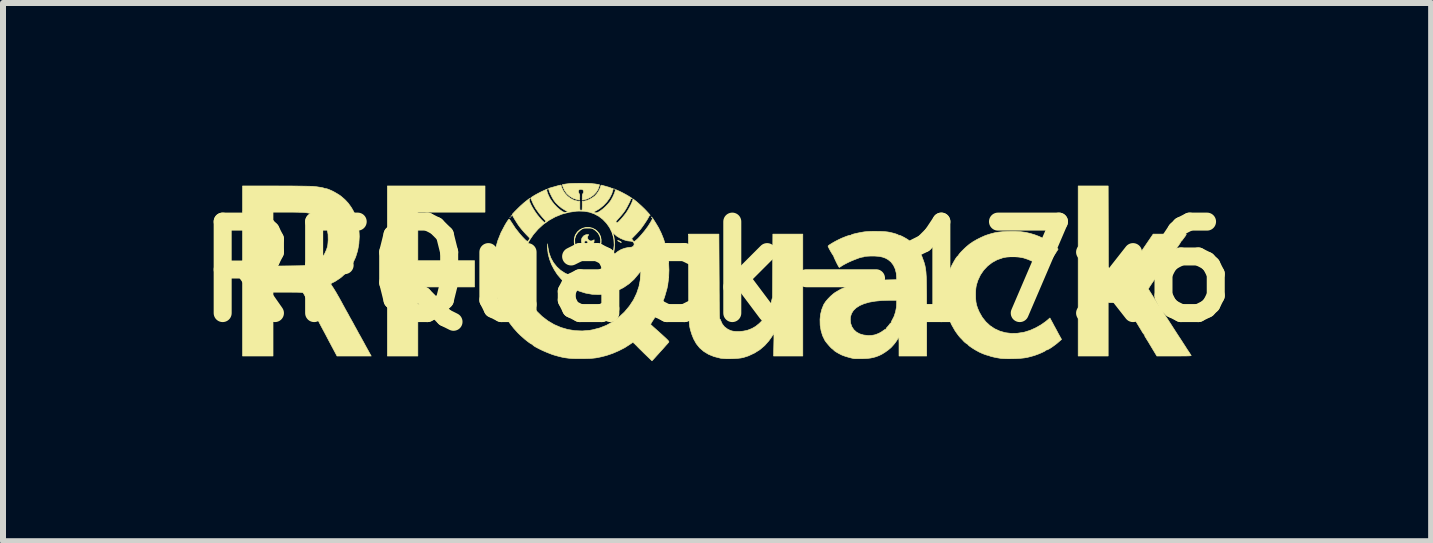
<source format=kicad_pcb>
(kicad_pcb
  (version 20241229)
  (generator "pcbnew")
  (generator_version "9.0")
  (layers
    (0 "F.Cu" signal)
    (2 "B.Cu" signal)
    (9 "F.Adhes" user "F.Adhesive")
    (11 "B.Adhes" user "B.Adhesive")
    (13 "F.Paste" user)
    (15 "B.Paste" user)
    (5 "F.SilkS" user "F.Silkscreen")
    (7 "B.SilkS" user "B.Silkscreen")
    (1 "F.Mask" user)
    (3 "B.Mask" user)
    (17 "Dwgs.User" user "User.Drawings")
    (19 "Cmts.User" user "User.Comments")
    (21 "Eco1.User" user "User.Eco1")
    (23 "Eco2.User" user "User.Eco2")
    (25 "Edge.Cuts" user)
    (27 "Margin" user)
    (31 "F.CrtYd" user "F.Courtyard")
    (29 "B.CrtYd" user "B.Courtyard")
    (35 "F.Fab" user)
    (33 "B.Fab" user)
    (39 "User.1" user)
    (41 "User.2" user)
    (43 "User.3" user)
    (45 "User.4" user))
  (footprint "RFQuack-17x6"
    (layer "F.Cu")
    (at 8.897 1.477)
    (property "Reference" "RFQuack-17x6" (at 0 0 0) (layer "F.SilkS") (effects (font (size 1.524 1.524) (thickness 0.3))))
    (attr through_hole)
    (fp_poly (pts (xy -3.445 -0.901) (xy -3.449 -0.897) (xy -3.453 -0.901) (xy -3.449 -0.905) (xy -3.445 -0.901)) (stroke (width 0.01) (type solid)) (fill yes) (layer "F.SilkS"))
    (fp_poly (pts (xy -2.818 -1.377) (xy -2.822 -1.373) (xy -2.826 -1.377) (xy -2.822 -1.381) (xy -2.818 -1.377)) (stroke (width 0.01) (type solid)) (fill yes) (layer "F.SilkS"))
    (fp_poly (pts (xy -1.349 1.218) (xy -1.353 1.222) (xy -1.357 1.218) (xy -1.353 1.214) (xy -1.349 1.218)) (stroke (width 0.01) (type solid)) (fill yes) (layer "F.SilkS"))
    (fp_poly (pts (xy 4.088 1.131) (xy 4.084 1.135) (xy 4.08 1.131) (xy 4.084 1.127) (xy 4.088 1.131)) (stroke (width 0.01) (type solid)) (fill yes) (layer "F.SilkS"))
    (fp_poly (pts (xy -1.709 -1.378) (xy -1.71 -1.374) (xy -1.714 -1.373) (xy -1.721 -1.376) (xy -1.72 -1.378) (xy -1.71 -1.379) (xy -1.709 -1.378)) (stroke (width 0.01) (type solid)) (fill yes) (layer "F.SilkS"))
    (fp_poly (pts (xy -1.089 -0.91) (xy -1.08 -0.902) (xy -1.079 -0.9) (xy -1.083 -0.897) (xy -1.091 -0.904) (xy -1.092 -0.906) (xy -1.093 -0.912) (xy -1.089 -0.91)) (stroke (width 0.01) (type solid)) (fill yes) (layer "F.SilkS"))
    (fp_poly (pts (xy -3.424 -0.931) (xy -3.425 -0.929) (xy -3.433 -0.921) (xy -3.434 -0.921) (xy -3.434 -0.926) (xy -3.433 -0.929) (xy -3.425 -0.936) (xy -3.424 -0.937) (xy -3.424 -0.931)) (stroke (width 0.01) (type solid)) (fill yes) (layer "F.SilkS"))
    (fp_poly (pts (xy -3.866 -0.992) (xy -4.985 -0.992) (xy -4.985 -0.183) (xy -4.04 -0.183) (xy -4.04 0.254) (xy -4.985 0.254) (xy -4.985 1.405) (xy -5.493 1.405) (xy -5.493 -1.429) (xy -3.866 -1.429) (xy -3.866 -0.992)) (stroke (width 0.01) (type solid)) (fill yes) (layer "F.SilkS"))
    (fp_poly (pts (xy -1.648 -0.52) (xy -1.631 -0.514) (xy -1.613 -0.505) (xy -1.599 -0.496) (xy -1.595 -0.491) (xy -1.596 -0.486) (xy -1.599 -0.486) (xy -1.609 -0.49) (xy -1.63 -0.501) (xy -1.648 -0.511) (xy -1.657 -0.519) (xy -1.657 -0.521) (xy -1.648 -0.52)) (stroke (width 0.01) (type solid)) (fill yes) (layer "F.SilkS"))
    (fp_poly (pts (xy -2.18 -1.471) (xy -2.121 -1.469) (xy -2.07 -1.466) (xy -2.031 -1.462) (xy -2.025 -1.461) (xy -1.959 -1.45) (xy -1.964 -1.426) (xy -1.982 -1.373) (xy -2.014 -1.323) (xy -2.056 -1.278) (xy -2.106 -1.241) (xy -2.162 -1.213) (xy -2.209 -1.2) (xy -2.246 -1.193) (xy -2.246 -1.242) (xy -2.245 -1.276) (xy -2.239 -1.296) (xy -2.234 -1.302) (xy -2.224 -1.32) (xy -2.225 -1.344) (xy -2.231 -1.358) (xy -2.244 -1.369) (xy -2.266 -1.373) (xy -2.287 -1.371) (xy -2.3 -1.364) (xy -2.309 -1.345) (xy -2.308 -1.322) (xy -2.298 -1.302) (xy -2.298 -1.301) (xy -2.29 -1.286) (xy -2.287 -1.262) (xy -2.288 -1.24) (xy -2.29 -1.193) (xy -2.334 -1.202) (xy -2.398 -1.223) (xy -2.455 -1.258) (xy -2.505 -1.303) (xy -2.543 -1.358) (xy -2.568 -1.416) (xy -2.578 -1.451) (xy -2.544 -1.457) (xy -2.064 -1.457) (xy -2.06 -1.453) (xy -2.056 -1.457) (xy -2.06 -1.46) (xy -2.064 -1.457) (xy -2.544 -1.457) (xy -2.514 -1.462) (xy -2.477 -1.466) (xy -2.429 -1.469) (xy -2.372 -1.471) (xy -2.309 -1.472) (xy -2.244 -1.472) (xy -2.18 -1.471)) (stroke (width 0.01) (type solid)) (fill yes) (layer "F.SilkS"))
    (fp_poly (pts (xy -2.142 -0.618) (xy -2.138 -0.615) (xy -2.145 -0.606) (xy -2.146 -0.605) (xy -2.158 -0.581) (xy -2.157 -0.555) (xy -2.144 -0.532) (xy -2.12 -0.516) (xy -2.101 -0.511) (xy -2.082 -0.515) (xy -2.073 -0.519) (xy -2.048 -0.532) (xy -2.048 -0.51) (xy -2.055 -0.475) (xy -2.074 -0.446) (xy -2.103 -0.424) (xy -2.136 -0.411) (xy -2.171 -0.41) (xy -2.194 -0.417) (xy -2.151 -0.417) (xy -2.147 -0.413) (xy -2.143 -0.417) (xy -2.147 -0.421) (xy -2.151 -0.417) (xy -2.194 -0.417) (xy -2.199 -0.418) (xy -2.218 -0.433) (xy -2.103 -0.433) (xy -2.099 -0.429) (xy -2.095 -0.433) (xy -2.099 -0.437) (xy -2.103 -0.433) (xy -2.218 -0.433) (xy -2.231 -0.443) (xy -2.252 -0.475) (xy -2.253 -0.477) (xy -2.212 -0.477) (xy -2.202 -0.463) (xy -2.189 -0.455) (xy -2.183 -0.452) (xy -2.173 -0.457) (xy -2.164 -0.463) (xy -2.153 -0.479) (xy -2.156 -0.497) (xy -2.169 -0.511) (xy -2.187 -0.515) (xy -2.202 -0.508) (xy -2.211 -0.494) (xy -2.212 -0.477) (xy -2.253 -0.477) (xy -2.261 -0.51) (xy -2.256 -0.547) (xy -2.244 -0.572) (xy -2.217 -0.601) (xy -2.184 -0.616) (xy -2.16 -0.619) (xy -2.142 -0.618)) (stroke (width 0.01) (type solid)) (fill yes) (layer "F.SilkS"))
    (fp_poly (pts (xy -2.076 -0.726) (xy -2.027 -0.7) (xy -1.998 -0.676) (xy -1.962 -0.633) (xy -1.94 -0.584) (xy -1.931 -0.534) (xy -1.932 -0.478) (xy -1.945 -0.428) (xy -1.972 -0.381) (xy -1.975 -0.376) (xy -2.014 -0.337) (xy -2.062 -0.309) (xy -2.115 -0.292) (xy -2.17 -0.288) (xy -2.224 -0.299) (xy -2.227 -0.3) (xy -2.282 -0.327) (xy -2.327 -0.366) (xy -2.36 -0.415) (xy -2.373 -0.448) (xy -2.38 -0.483) (xy -2.38 -0.527) (xy -2.379 -0.533) (xy -2.371 -0.533) (xy -2.369 -0.477) (xy -2.354 -0.426) (xy -2.327 -0.381) (xy -2.291 -0.345) (xy -2.248 -0.318) (xy -2.2 -0.302) (xy -2.148 -0.297) (xy -2.096 -0.306) (xy -2.054 -0.323) (xy -2.007 -0.357) (xy -1.971 -0.399) (xy -1.949 -0.446) (xy -1.939 -0.497) (xy -1.941 -0.548) (xy -1.956 -0.599) (xy -1.984 -0.646) (xy -2.025 -0.687) (xy -2.035 -0.694) (xy -2.057 -0.709) (xy -2.074 -0.719) (xy -2.091 -0.724) (xy -2.113 -0.726) (xy -2.144 -0.726) (xy -2.155 -0.726) (xy -2.19 -0.726) (xy -2.214 -0.725) (xy -2.232 -0.72) (xy -2.248 -0.712) (xy -2.268 -0.699) (xy -2.275 -0.694) (xy -2.32 -0.653) (xy -2.352 -0.605) (xy -2.369 -0.551) (xy -2.371 -0.533) (xy -2.379 -0.533) (xy -2.374 -0.57) (xy -2.363 -0.607) (xy -2.359 -0.615) (xy -2.327 -0.663) (xy -2.285 -0.7) (xy -2.236 -0.725) (xy -2.184 -0.738) (xy -2.13 -0.738) (xy -2.076 -0.726)) (stroke (width 0.01) (type solid)) (fill yes) (layer "F.SilkS"))
    (fp_poly (pts (xy 0.035 0.062) (xy 0.036 0.186) (xy 0.036 0.296) (xy 0.037 0.392) (xy 0.037 0.474) (xy 0.038 0.545) (xy 0.038 0.604) (xy 0.039 0.653) (xy 0.04 0.693) (xy 0.04 0.725) (xy 0.041 0.749) (xy 0.042 0.766) (xy 0.043 0.778) (xy 0.045 0.785) (xy 0.046 0.789) (xy 0.048 0.79) (xy 0.048 0.789) (xy 0.053 0.794) (xy 0.06 0.81) (xy 0.062 0.816) (xy 0.087 0.871) (xy 0.124 0.918) (xy 0.175 0.956) (xy 0.226 0.981) (xy 0.266 0.991) (xy 0.317 0.996) (xy 0.373 0.996) (xy 0.431 0.991) (xy 0.485 0.981) (xy 0.512 0.974) (xy 0.583 0.946) (xy 0.645 0.91) (xy 0.703 0.863) (xy 0.738 0.828) (xy 0.799 0.753) (xy 0.848 0.667) (xy 0.886 0.571) (xy 0.902 0.512) (xy 0.924 0.425) (xy 0.927 -0.101) (xy 0.93 -0.627) (xy 1.429 -0.627) (xy 1.429 1.405) (xy 0.942 1.405) (xy 0.946 1.218) (xy 0.947 1.166) (xy 0.948 1.119) (xy 0.948 1.08) (xy 0.947 1.051) (xy 0.946 1.035) (xy 0.945 1.032) (xy 0.939 1.038) (xy 0.929 1.054) (xy 0.925 1.062) (xy 0.913 1.081) (xy 0.894 1.109) (xy 0.872 1.139) (xy 0.864 1.151) (xy 0.794 1.23) (xy 0.713 1.299) (xy 0.622 1.356) (xy 0.521 1.403) (xy 0.437 1.43) (xy 0.395 1.438) (xy 0.342 1.444) (xy 0.282 1.448) (xy 0.218 1.45) (xy 0.156 1.45) (xy 0.1 1.446) (xy 0.054 1.441) (xy 0.052 1.44) (xy -0.05 1.414) (xy -0.141 1.377) (xy -0.22 1.329) (xy -0.289 1.27) (xy -0.346 1.199) (xy -0.391 1.118) (xy -0.421 1.042) (xy -0.429 1.016) (xy -0.436 0.993) (xy -0.443 0.972) (xy -0.448 0.95) (xy -0.453 0.928) (xy -0.457 0.904) (xy -0.46 0.877) (xy -0.463 0.846) (xy -0.466 0.809) (xy -0.468 0.767) (xy -0.469 0.722) (xy -0.468 0.722) (xy -0.465 0.729) (xy -0.463 0.728) (xy -0.462 0.718) (xy -0.463 0.717) (xy -0.468 0.718) (xy -0.468 0.722) (xy -0.469 0.722) (xy -0.469 0.716) (xy -0.47 0.658) (xy -0.471 0.589) (xy -0.472 0.51) (xy -0.473 0.42) (xy -0.473 0.316) (xy -0.474 0.198) (xy -0.474 0.105) (xy -0.477 -0.615) (xy -0.468 -0.615) (xy -0.464 -0.611) (xy -0.46 -0.615) (xy -0.464 -0.619) (xy -0.468 -0.615) (xy -0.477 -0.615) (xy -0.477 -0.627) (xy 0.031 -0.627) (xy 0.035 0.062)) (stroke (width 0.01) (type solid)) (fill yes) (layer "F.SilkS"))
    (fp_poly (pts (xy 6.519 -0.669) (xy 6.521 0.091) (xy 6.643 0.093) (xy 6.697 0.094) (xy 6.737 0.093) (xy 6.762 0.091) (xy 6.775 0.087) (xy 6.776 0.086) (xy 6.782 0.078) (xy 6.797 0.058) (xy 6.819 0.027) (xy 6.847 -0.013) (xy 6.88 -0.061) (xy 6.918 -0.116) (xy 6.96 -0.177) (xy 7.005 -0.242) (xy 7.027 -0.275) (xy 7.267 -0.627) (xy 7.543 -0.627) (xy 7.607 -0.627) (xy 7.666 -0.627) (xy 7.718 -0.626) (xy 7.761 -0.625) (xy 7.793 -0.625) (xy 7.813 -0.624) (xy 7.818 -0.623) (xy 7.814 -0.614) (xy 7.803 -0.596) (xy 7.787 -0.574) (xy 7.769 -0.55) (xy 7.753 -0.528) (xy 7.739 -0.512) (xy 7.732 -0.506) (xy 7.732 -0.506) (xy 7.726 -0.501) (xy 7.726 -0.497) (xy 7.723 -0.489) (xy 7.713 -0.473) (xy 7.696 -0.447) (xy 7.672 -0.412) (xy 7.64 -0.366) (xy 7.6 -0.308) (xy 7.55 -0.239) (xy 7.533 -0.214) (xy 7.515 -0.189) (xy 7.491 -0.155) (xy 7.463 -0.116) (xy 7.433 -0.074) (xy 7.42 -0.056) (xy 7.388 -0.009) (xy 7.35 0.044) (xy 7.311 0.099) (xy 7.275 0.15) (xy 7.264 0.166) (xy 7.238 0.204) (xy 7.216 0.237) (xy 7.199 0.264) (xy 7.189 0.282) (xy 7.186 0.29) (xy 7.191 0.297) (xy 7.204 0.317) (xy 7.223 0.348) (xy 7.249 0.389) (xy 7.28 0.438) (xy 7.317 0.494) (xy 7.357 0.556) (xy 7.4 0.624) (xy 7.446 0.694) (xy 7.493 0.768) (xy 7.541 0.842) (xy 7.589 0.917) (xy 7.636 0.99) (xy 7.682 1.061) (xy 7.726 1.128) (xy 7.766 1.19) (xy 7.803 1.247) (xy 7.834 1.296) (xy 7.861 1.336) (xy 7.881 1.367) (xy 7.894 1.387) (xy 7.9 1.395) (xy 7.899 1.398) (xy 7.891 1.4) (xy 7.875 1.402) (xy 7.849 1.403) (xy 7.813 1.404) (xy 7.764 1.404) (xy 7.702 1.405) (xy 7.626 1.405) (xy 7.618 1.405) (xy 7.328 1.405) (xy 7.238 1.256) (xy 7.211 1.211) (xy 7.186 1.169) (xy 7.164 1.134) (xy 7.147 1.106) (xy 7.136 1.089) (xy 7.134 1.086) (xy 7.125 1.068) (xy 7.124 1.055) (xy 7.125 1.055) (xy 7.126 1.049) (xy 7.123 1.05) (xy 7.116 1.046) (xy 7.103 1.031) (xy 7.088 1.008) (xy 7.084 1.002) (xy 7.072 0.981) (xy 7.053 0.95) (xy 7.028 0.909) (xy 6.999 0.861) (xy 6.967 0.809) (xy 6.934 0.753) (xy 6.921 0.732) (xy 6.791 0.516) (xy 6.654 0.516) (xy 6.517 0.516) (xy 6.517 1.405) (xy 6.017 1.405) (xy 6.017 -1.429) (xy 6.517 -1.429) (xy 6.519 -0.669)) (stroke (width 0.01) (type solid)) (fill yes) (layer "F.SilkS"))
    (fp_poly (pts (xy 5.055 -0.667) (xy 5.138 -0.656) (xy 5.22 -0.637) (xy 5.293 -0.615) (xy 5.367 -0.587) (xy 5.441 -0.552) (xy 5.512 -0.512) (xy 5.577 -0.47) (xy 5.631 -0.428) (xy 5.661 -0.399) (xy 5.683 -0.376) (xy 5.627 -0.289) (xy 5.601 -0.25) (xy 5.575 -0.209) (xy 5.551 -0.171) (xy 5.534 -0.146) (xy 5.517 -0.12) (xy 5.502 -0.102) (xy 5.493 -0.093) (xy 5.491 -0.092) (xy 5.488 -0.09) (xy 5.489 -0.086) (xy 5.487 -0.073) (xy 5.478 -0.057) (xy 5.464 -0.038) (xy 5.397 -0.088) (xy 5.33 -0.132) (xy 5.257 -0.172) (xy 5.181 -0.205) (xy 5.109 -0.229) (xy 5.1 -0.231) (xy 5.035 -0.243) (xy 4.962 -0.249) (xy 4.888 -0.249) (xy 4.818 -0.243) (xy 4.759 -0.231) (xy 4.667 -0.199) (xy 4.583 -0.153) (xy 4.508 -0.095) (xy 4.443 -0.026) (xy 4.389 0.053) (xy 4.347 0.142) (xy 4.325 0.211) (xy 4.317 0.245) (xy 4.312 0.28) (xy 4.309 0.32) (xy 4.308 0.37) (xy 4.308 0.381) (xy 4.309 0.448) (xy 4.314 0.504) (xy 4.324 0.554) (xy 4.34 0.604) (xy 4.363 0.658) (xy 4.369 0.672) (xy 4.419 0.76) (xy 4.479 0.835) (xy 4.548 0.899) (xy 4.626 0.951) (xy 4.712 0.99) (xy 4.803 1.016) (xy 4.9 1.028) (xy 5.002 1.026) (xy 5.107 1.01) (xy 5.131 1.004) (xy 5.219 0.976) (xy 5.308 0.936) (xy 5.395 0.887) (xy 5.474 0.832) (xy 5.502 0.809) (xy 5.546 0.771) (xy 5.59 0.852) (xy 5.611 0.892) (xy 5.637 0.939) (xy 5.664 0.989) (xy 5.686 1.031) (xy 5.74 1.128) (xy 5.702 1.161) (xy 5.664 1.194) (xy 5.625 1.224) (xy 5.586 1.252) (xy 5.55 1.276) (xy 5.52 1.293) (xy 5.497 1.304) (xy 5.484 1.305) (xy 5.484 1.305) (xy 5.478 1.304) (xy 5.48 1.308) (xy 5.475 1.314) (xy 5.458 1.325) (xy 5.432 1.338) (xy 5.399 1.353) (xy 5.362 1.369) (xy 5.324 1.383) (xy 5.288 1.396) (xy 5.285 1.397) (xy 5.224 1.414) (xy 5.169 1.428) (xy 5.115 1.437) (xy 5.057 1.443) (xy 4.992 1.447) (xy 4.929 1.449) (xy 4.849 1.45) (xy 4.785 1.448) (xy 4.734 1.445) (xy 4.709 1.441) (xy 4.661 1.433) (xy 4.617 1.424) (xy 4.579 1.415) (xy 4.551 1.407) (xy 4.533 1.4) (xy 4.529 1.396) (xy 4.527 1.392) (xy 4.522 1.394) (xy 4.508 1.393) (xy 4.483 1.386) (xy 4.449 1.374) (xy 4.41 1.358) (xy 4.368 1.339) (xy 4.354 1.331) (xy 4.324 1.315) (xy 4.291 1.296) (xy 4.258 1.275) (xy 4.228 1.255) (xy 4.203 1.237) (xy 4.186 1.222) (xy 4.18 1.214) (xy 4.18 1.213) (xy 4.179 1.208) (xy 4.177 1.208) (xy 4.167 1.205) (xy 4.15 1.193) (xy 4.129 1.177) (xy 4.11 1.159) (xy 4.096 1.144) (xy 4.09 1.134) (xy 4.09 1.133) (xy 4.086 1.124) (xy 4.083 1.124) (xy 4.071 1.117) (xy 4.052 1.098) (xy 4.028 1.07) (xy 4.001 1.034) (xy 3.972 0.993) (xy 3.963 0.979) (xy 3.905 0.877) (xy 3.859 0.766) (xy 3.826 0.649) (xy 3.805 0.528) (xy 3.8 0.456) (xy 3.802 0.456) (xy 3.806 0.46) (xy 3.81 0.456) (xy 3.806 0.452) (xy 3.802 0.456) (xy 3.8 0.456) (xy 3.796 0.404) (xy 3.801 0.28) (xy 3.818 0.158) (xy 3.849 0.04) (xy 3.851 0.036) (xy 3.865 -0.003) (xy 3.884 -0.046) (xy 3.905 -0.091) (xy 3.927 -0.134) (xy 3.95 -0.175) (xy 3.971 -0.211) (xy 3.99 -0.239) (xy 4.006 -0.258) (xy 4.006 -0.258) (xy 4.858 -0.258) (xy 4.862 -0.254) (xy 4.866 -0.258) (xy 4.993 -0.258) (xy 4.997 -0.254) (xy 5.001 -0.258) (xy 4.997 -0.262) (xy 4.993 -0.258) (xy 4.866 -0.258) (xy 4.862 -0.262) (xy 4.858 -0.258) (xy 4.006 -0.258) (xy 4.016 -0.265) (xy 4.019 -0.265) (xy 4.023 -0.265) (xy 4.021 -0.268) (xy 4.024 -0.278) (xy 4.037 -0.296) (xy 4.057 -0.32) (xy 4.084 -0.348) (xy 4.115 -0.379) (xy 4.147 -0.409) (xy 4.18 -0.437) (xy 4.21 -0.462) (xy 4.211 -0.462) (xy 4.265 -0.499) (xy 4.329 -0.536) (xy 4.397 -0.57) (xy 4.464 -0.6) (xy 4.504 -0.614) (xy 4.569 -0.634) (xy 4.632 -0.65) (xy 4.695 -0.66) (xy 4.764 -0.667) (xy 4.844 -0.672) (xy 4.866 -0.672) (xy 4.966 -0.673) (xy 5.055 -0.667)) (stroke (width 0.01) (type solid)) (fill yes) (layer "F.SilkS"))
    (fp_poly (pts (xy -7.352 -1.429) (xy -7.257 -1.428) (xy -7.166 -1.428) (xy -7.078 -1.428) (xy -6.997 -1.427) (xy -6.923 -1.426) (xy -6.858 -1.425) (xy -6.804 -1.424) (xy -6.762 -1.423) (xy -6.733 -1.422) (xy -6.723 -1.421) (xy -6.669 -1.415) (xy -6.623 -1.408) (xy -6.586 -1.402) (xy -6.56 -1.396) (xy -6.546 -1.391) (xy -6.545 -1.388) (xy -6.543 -1.384) (xy -6.537 -1.386) (xy -6.52 -1.386) (xy -6.492 -1.379) (xy -6.456 -1.365) (xy -6.415 -1.347) (xy -6.371 -1.324) (xy -6.328 -1.299) (xy -6.288 -1.274) (xy -6.265 -1.257) (xy -6.2 -1.201) (xy -6.144 -1.141) (xy -6.096 -1.074) (xy -6.074 -1.037) (xy -6.052 -0.997) (xy -6.033 -0.956) (xy -6.018 -0.918) (xy -6.008 -0.887) (xy -6.006 -0.872) (xy -6.003 -0.858) (xy -6 -0.854) (xy -5.995 -0.849) (xy -5.989 -0.832) (xy -5.983 -0.803) (xy -5.977 -0.767) (xy -5.971 -0.725) (xy -5.966 -0.681) (xy -5.963 -0.636) (xy -5.961 -0.593) (xy -5.961 -0.579) (xy -5.968 -0.463) (xy -5.988 -0.351) (xy -6.021 -0.245) (xy -6.066 -0.146) (xy -6.122 -0.055) (xy -6.189 0.026) (xy -6.267 0.097) (xy -6.353 0.155) (xy -6.388 0.174) (xy -6.412 0.186) (xy -6.43 0.197) (xy -6.437 0.202) (xy -6.437 0.202) (xy -6.433 0.21) (xy -6.422 0.227) (xy -6.406 0.253) (xy -6.391 0.275) (xy -6.37 0.309) (xy -6.344 0.352) (xy -6.317 0.399) (xy -6.291 0.444) (xy -6.287 0.452) (xy -6.263 0.495) (xy -6.235 0.547) (xy -6.204 0.604) (xy -6.173 0.66) (xy -6.149 0.702) (xy -6.122 0.753) (xy -6.092 0.806) (xy -6.064 0.856) (xy -6.04 0.901) (xy -6.022 0.933) (xy -5.999 0.975) (xy -5.975 1.02) (xy -5.951 1.062) (xy -5.937 1.087) (xy -5.918 1.122) (xy -5.894 1.165) (xy -5.869 1.211) (xy -5.85 1.246) (xy -5.829 1.284) (xy -5.809 1.32) (xy -5.793 1.35) (xy -5.781 1.371) (xy -5.781 1.371) (xy -5.762 1.405) (xy -6.332 1.405) (xy -6.462 1.161) (xy -6.495 1.098) (xy -6.528 1.035) (xy -6.561 0.974) (xy -6.591 0.918) (xy -6.617 0.869) (xy -6.637 0.83) (xy -6.645 0.815) (xy -6.664 0.778) (xy -6.679 0.746) (xy -6.69 0.722) (xy -6.694 0.707) (xy -6.694 0.705) (xy -6.693 0.699) (xy -6.696 0.7) (xy -6.702 0.695) (xy -6.713 0.677) (xy -6.73 0.649) (xy -6.751 0.613) (xy -6.775 0.569) (xy -6.795 0.534) (xy -6.82 0.486) (xy -6.844 0.442) (xy -6.865 0.405) (xy -6.881 0.376) (xy -6.892 0.358) (xy -6.896 0.352) (xy -6.902 0.349) (xy -6.914 0.347) (xy -6.933 0.345) (xy -6.962 0.343) (xy -7.001 0.342) (xy -7.052 0.342) (xy -7.116 0.341) (xy -7.152 0.341) (xy -7.398 0.341) (xy -7.398 1.405) (xy -7.906 1.405) (xy -7.906 -0.091) (xy -6.866 -0.091) (xy -6.862 -0.087) (xy -6.858 -0.091) (xy -6.862 -0.095) (xy -6.866 -0.091) (xy -7.906 -0.091) (xy -7.906 -0.992) (xy -7.398 -0.992) (xy -7.398 -0.094) (xy -7.11 -0.097) (xy -7.034 -0.098) (xy -6.972 -0.099) (xy -6.923 -0.1) (xy -6.884 -0.101) (xy -6.853 -0.103) (xy -6.829 -0.105) (xy -6.81 -0.107) (xy -6.794 -0.11) (xy -6.78 -0.114) (xy -6.77 -0.118) (xy -6.695 -0.148) (xy -6.633 -0.186) (xy -6.582 -0.234) (xy -6.541 -0.293) (xy -6.508 -0.364) (xy -6.507 -0.368) (xy -6.496 -0.4) (xy -6.488 -0.429) (xy -6.484 -0.46) (xy -6.481 -0.496) (xy -5.977 -0.496) (xy -5.973 -0.492) (xy -5.969 -0.496) (xy -5.973 -0.5) (xy -5.977 -0.496) (xy -6.481 -0.496) (xy -6.481 -0.498) (xy -6.479 -0.528) (xy -6.481 -0.621) (xy -6.489 -0.671) (xy -5.977 -0.671) (xy -5.973 -0.667) (xy -5.969 -0.671) (xy -5.973 -0.675) (xy -5.977 -0.671) (xy -6.489 -0.671) (xy -6.494 -0.703) (xy -6.518 -0.775) (xy -6.554 -0.835) (xy -6.602 -0.886) (xy -6.661 -0.926) (xy -6.718 -0.951) (xy -6.75 -0.962) (xy -6.78 -0.971) (xy -6.812 -0.978) (xy -6.846 -0.983) (xy -6.886 -0.987) (xy -6.934 -0.989) (xy -6.991 -0.991) (xy -7.059 -0.992) (xy -7.141 -0.992) (xy -7.147 -0.992) (xy -7.398 -0.992) (xy -7.906 -0.992) (xy -7.906 -1.005) (xy -6.982 -1.005) (xy -6.981 -1.001) (xy -6.977 -1) (xy -6.971 -1.003) (xy -6.972 -1.005) (xy -6.981 -1.006) (xy -6.982 -1.005) (xy -7.906 -1.005) (xy -7.906 -1.429) (xy -7.352 -1.429)) (stroke (width 0.01) (type solid)) (fill yes) (layer "F.SilkS"))
    (fp_poly (pts (xy 2.671 -0.672) (xy 2.733 -0.671) (xy 2.789 -0.668) (xy 2.838 -0.663) (xy 2.875 -0.657) (xy 2.877 -0.656) (xy 2.929 -0.644) (xy 2.971 -0.632) (xy 3 -0.622) (xy 3.017 -0.615) (xy 3.02 -0.61) (xy 3.022 -0.607) (xy 3.027 -0.608) (xy 3.041 -0.607) (xy 3.064 -0.598) (xy 3.095 -0.583) (xy 3.13 -0.564) (xy 3.166 -0.543) (xy 3.2 -0.52) (xy 3.23 -0.499) (xy 3.233 -0.496) (xy 3.304 -0.428) (xy 3.363 -0.349) (xy 3.412 -0.258) (xy 3.449 -0.157) (xy 3.465 -0.099) (xy 3.469 -0.076) (xy 3.474 -0.052) (xy 3.477 -0.026) (xy 3.481 0.004) (xy 3.483 0.038) (xy 3.486 0.078) (xy 3.488 0.126) (xy 3.489 0.181) (xy 3.49 0.245) (xy 3.491 0.319) (xy 3.492 0.405) (xy 3.492 0.503) (xy 3.492 0.614) (xy 3.492 0.741) (xy 3.493 0.759) (xy 3.493 1.405) (xy 3.032 1.405) (xy 3.032 1.25) (xy 3.032 1.193) (xy 3.031 1.148) (xy 3.029 1.116) (xy 3.027 1.107) (xy 3.04 1.107) (xy 3.044 1.111) (xy 3.048 1.107) (xy 3.044 1.103) (xy 3.04 1.107) (xy 3.027 1.107) (xy 3.026 1.099) (xy 3.024 1.095) (xy 3.017 1.102) (xy 3.016 1.104) (xy 3.011 1.118) (xy 2.998 1.141) (xy 2.979 1.169) (xy 2.956 1.2) (xy 2.931 1.229) (xy 2.907 1.255) (xy 2.899 1.264) (xy 2.853 1.303) (xy 2.8 1.341) (xy 2.747 1.374) (xy 2.698 1.398) (xy 2.647 1.417) (xy 2.601 1.43) (xy 2.555 1.439) (xy 2.504 1.445) (xy 2.443 1.448) (xy 2.421 1.449) (xy 2.377 1.449) (xy 2.337 1.449) (xy 2.305 1.449) (xy 2.284 1.448) (xy 2.278 1.447) (xy 2.237 1.438) (xy 2.192 1.426) (xy 2.147 1.413) (xy 2.106 1.399) (xy 2.076 1.387) (xy 2.07 1.384) (xy 2.027 1.362) (xy 1.991 1.341) (xy 1.963 1.323) (xy 1.946 1.309) (xy 1.942 1.3) (xy 1.942 1.3) (xy 1.942 1.295) (xy 1.939 1.296) (xy 1.93 1.293) (xy 1.913 1.28) (xy 1.892 1.26) (xy 1.868 1.234) (xy 1.843 1.205) (xy 1.82 1.177) (xy 1.801 1.151) (xy 1.795 1.141) (xy 1.758 1.065) (xy 1.733 0.98) (xy 1.718 0.892) (xy 1.716 0.802) (xy 1.716 0.794) (xy 2.22 0.794) (xy 2.226 0.859) (xy 2.246 0.916) (xy 2.279 0.966) (xy 2.323 1.006) (xy 2.378 1.036) (xy 2.443 1.055) (xy 2.517 1.063) (xy 2.526 1.063) (xy 2.577 1.061) (xy 2.62 1.054) (xy 2.645 1.047) (xy 2.698 1.026) (xy 2.744 1) (xy 2.779 0.975) (xy 2.797 0.963) (xy 2.811 0.958) (xy 2.814 0.959) (xy 2.817 0.959) (xy 2.815 0.956) (xy 2.818 0.945) (xy 2.829 0.93) (xy 2.835 0.924) (xy 2.855 0.902) (xy 2.873 0.878) (xy 2.875 0.875) (xy 2.887 0.86) (xy 2.897 0.854) (xy 2.899 0.854) (xy 2.904 0.855) (xy 2.902 0.851) (xy 2.903 0.839) (xy 2.91 0.821) (xy 2.915 0.812) (xy 2.949 0.746) (xy 2.974 0.67) (xy 2.989 0.591) (xy 2.992 0.53) (xy 2.992 0.476) (xy 2.869 0.476) (xy 2.746 0.48) (xy 2.634 0.491) (xy 2.536 0.508) (xy 2.45 0.533) (xy 2.377 0.564) (xy 2.318 0.602) (xy 2.272 0.646) (xy 2.241 0.696) (xy 2.223 0.753) (xy 2.22 0.794) (xy 1.716 0.794) (xy 1.724 0.713) (xy 1.745 0.629) (xy 1.776 0.551) (xy 1.786 0.534) (xy 1.813 0.494) (xy 1.85 0.451) (xy 1.892 0.408) (xy 1.936 0.37) (xy 1.968 0.346) (xy 2.061 0.292) (xy 2.164 0.246) (xy 2.278 0.208) (xy 2.401 0.179) (xy 2.445 0.179) (xy 2.449 0.183) (xy 2.453 0.179) (xy 2.449 0.175) (xy 2.445 0.179) (xy 2.401 0.179) (xy 2.403 0.178) (xy 2.539 0.157) (xy 2.688 0.143) (xy 2.816 0.137) (xy 2.992 0.133) (xy 2.992 0.1) (xy 2.986 0.023) (xy 2.968 -0.047) (xy 2.939 -0.109) (xy 2.899 -0.161) (xy 2.892 -0.167) (xy 2.851 -0.201) (xy 2.806 -0.226) (xy 2.755 -0.244) (xy 2.695 -0.256) (xy 2.624 -0.261) (xy 2.559 -0.261) (xy 2.519 -0.259) (xy 2.486 -0.257) (xy 2.462 -0.255) (xy 2.451 -0.253) (xy 2.45 -0.252) (xy 2.446 -0.247) (xy 2.436 -0.246) (xy 2.412 -0.242) (xy 2.376 -0.233) (xy 2.333 -0.217) (xy 2.284 -0.198) (xy 2.233 -0.177) (xy 2.183 -0.154) (xy 2.136 -0.13) (xy 2.096 -0.108) (xy 2.074 -0.094) (xy 2.055 -0.081) (xy 2.041 -0.073) (xy 2.037 -0.071) (xy 2.031 -0.078) (xy 2.02 -0.096) (xy 2.006 -0.122) (xy 1.99 -0.153) (xy 1.975 -0.185) (xy 1.96 -0.216) (xy 1.949 -0.241) (xy 1.943 -0.259) (xy 1.942 -0.265) (xy 1.943 -0.27) (xy 1.941 -0.268) (xy 1.935 -0.272) (xy 1.924 -0.288) (xy 1.91 -0.311) (xy 1.894 -0.338) (xy 1.878 -0.366) (xy 1.864 -0.393) (xy 1.854 -0.414) (xy 1.849 -0.426) (xy 1.849 -0.426) (xy 1.856 -0.434) (xy 1.874 -0.448) (xy 1.901 -0.465) (xy 1.934 -0.485) (xy 1.971 -0.506) (xy 2.008 -0.525) (xy 2.028 -0.535) (xy 2.074 -0.557) (xy 2.119 -0.575) (xy 2.159 -0.591) (xy 2.193 -0.602) (xy 2.217 -0.608) (xy 2.228 -0.608) (xy 2.235 -0.608) (xy 2.235 -0.611) (xy 2.24 -0.616) (xy 2.258 -0.623) (xy 2.288 -0.631) (xy 2.326 -0.64) (xy 2.37 -0.649) (xy 2.418 -0.658) (xy 2.454 -0.664) (xy 2.497 -0.668) (xy 2.55 -0.671) (xy 2.609 -0.673) (xy 2.671 -0.672)) (stroke (width 0.01) (type solid)) (fill yes) (layer "F.SilkS"))
    (fp_poly (pts (xy -2.599 -1.442) (xy -2.596 -1.438) (xy -2.596 -1.432) (xy -2.596 -1.431) (xy -2.592 -1.416) (xy -2.583 -1.393) (xy -2.57 -1.364) (xy -2.568 -1.359) (xy -2.533 -1.304) (xy -2.488 -1.256) (xy -2.436 -1.218) (xy -2.38 -1.19) (xy -2.325 -1.177) (xy -2.286 -1.173) (xy -2.286 -1.098) (xy -2.286 -1.064) (xy -2.285 -1.042) (xy -2.282 -1.03) (xy -2.277 -1.025) (xy -2.269 -1.024) (xy -2.266 -1.024) (xy -2.257 -1.024) (xy -2.251 -1.028) (xy -2.248 -1.038) (xy -2.247 -1.056) (xy -2.246 -1.087) (xy -2.246 -1.098) (xy -2.246 -1.173) (xy -2.211 -1.177) (xy -2.171 -1.186) (xy -2.126 -1.205) (xy -2.081 -1.23) (xy -2.041 -1.258) (xy -2.033 -1.266) (xy -2.003 -1.299) (xy -1.975 -1.34) (xy -1.953 -1.382) (xy -1.941 -1.419) (xy -1.935 -1.437) (xy -1.925 -1.442) (xy -1.922 -1.442) (xy -1.909 -1.438) (xy -1.885 -1.431) (xy -1.853 -1.422) (xy -1.832 -1.416) (xy -1.8 -1.407) (xy -1.775 -1.398) (xy -1.761 -1.392) (xy -1.758 -1.389) (xy -1.755 -1.386) (xy -1.745 -1.387) (xy -1.733 -1.388) (xy -1.731 -1.381) (xy -1.733 -1.368) (xy -1.754 -1.299) (xy -1.789 -1.23) (xy -1.836 -1.164) (xy -1.892 -1.104) (xy -1.956 -1.052) (xy -2.009 -1.02) (xy -2.035 -1.006) (xy -2.047 -0.996) (xy -2.047 -0.99) (xy -2.034 -0.984) (xy -2.023 -0.981) (xy -2.001 -0.983) (xy -1.972 -0.996) (xy -1.938 -1.018) (xy -1.9 -1.047) (xy -1.862 -1.081) (xy -1.825 -1.119) (xy -1.791 -1.158) (xy -1.763 -1.197) (xy -1.76 -1.204) (xy -1.743 -1.234) (xy -1.727 -1.267) (xy -1.713 -1.3) (xy -1.702 -1.33) (xy -1.695 -1.353) (xy -1.695 -1.365) (xy -1.695 -1.366) (xy -1.692 -1.368) (xy -1.677 -1.363) (xy -1.654 -1.353) (xy -1.623 -1.339) (xy -1.588 -1.322) (xy -1.552 -1.303) (xy -1.515 -1.283) (xy -1.482 -1.264) (xy -1.463 -1.252) (xy -1.433 -1.233) (xy -1.416 -1.221) (xy -1.414 -1.216) (xy -1.425 -1.22) (xy -1.435 -1.219) (xy -1.437 -1.214) (xy -1.44 -1.2) (xy -1.451 -1.175) (xy -1.466 -1.143) (xy -1.484 -1.108) (xy -1.503 -1.071) (xy -1.523 -1.038) (xy -1.537 -1.015) (xy -1.56 -0.983) (xy -1.59 -0.946) (xy -1.621 -0.91) (xy -1.635 -0.895) (xy -1.661 -0.866) (xy -1.677 -0.846) (xy -1.684 -0.834) (xy -1.684 -0.826) (xy -1.682 -0.825) (xy -1.667 -0.819) (xy -1.662 -0.818) (xy -1.651 -0.823) (xy -1.634 -0.839) (xy -1.611 -0.863) (xy -1.585 -0.892) (xy -1.558 -0.924) (xy -1.532 -0.957) (xy -1.514 -0.98) (xy -1.494 -1.011) (xy -1.473 -1.046) (xy -1.452 -1.084) (xy -1.433 -1.121) (xy -1.418 -1.155) (xy -1.407 -1.183) (xy -1.401 -1.202) (xy -1.402 -1.208) (xy -1.401 -1.212) (xy -1.391 -1.206) (xy -1.373 -1.192) (xy -1.348 -1.173) (xy -1.32 -1.149) (xy -1.29 -1.122) (xy -1.259 -1.094) (xy -1.236 -1.072) (xy -1.209 -1.046) (xy -1.183 -1.019) (xy -1.159 -0.993) (xy -1.138 -0.97) (xy -1.123 -0.952) (xy -1.114 -0.94) (xy -1.115 -0.938) (xy -1.116 -0.939) (xy -1.125 -0.936) (xy -1.135 -0.921) (xy -1.136 -0.919) (xy -1.147 -0.897) (xy -1.165 -0.866) (xy -1.189 -0.829) (xy -1.215 -0.79) (xy -1.241 -0.753) (xy -1.265 -0.72) (xy -1.276 -0.706) (xy -1.299 -0.68) (xy -1.327 -0.649) (xy -1.357 -0.617) (xy -1.368 -0.606) (xy -1.423 -0.549) (xy -1.405 -0.525) (xy -1.393 -0.509) (xy -1.385 -0.5) (xy -1.384 -0.5) (xy -1.372 -0.506) (xy -1.352 -0.522) (xy -1.325 -0.546) (xy -1.295 -0.577) (xy -1.263 -0.613) (xy -1.261 -0.615) (xy -1.202 -0.686) (xy -1.15 -0.756) (xy -1.109 -0.821) (xy -1.095 -0.846) (xy -1.072 -0.89) (xy -1.029 -0.823) (xy -0.974 -0.732) (xy -0.929 -0.64) (xy -0.89 -0.543) (xy -0.857 -0.436) (xy -0.852 -0.421) (xy -0.824 -0.294) (xy -0.807 -0.162) (xy -0.801 -0.029) (xy -0.806 0.103) (xy -0.823 0.229) (xy -0.834 0.282) (xy -0.875 0.425) (xy -0.93 0.566) (xy -0.999 0.701) (xy -1.052 0.787) (xy -1.076 0.823) (xy -1.092 0.849) (xy -1.101 0.865) (xy -1.104 0.876) (xy -1.103 0.883) (xy -1.098 0.889) (xy -1.097 0.889) (xy -1.087 0.897) (xy -1.068 0.915) (xy -1.04 0.94) (xy -1.005 0.971) (xy -0.967 1.005) (xy -0.938 1.031) (xy -0.893 1.072) (xy -0.858 1.104) (xy -0.833 1.128) (xy -0.816 1.146) (xy -0.806 1.158) (xy -0.802 1.167) (xy -0.803 1.172) (xy -0.804 1.174) (xy -0.812 1.183) (xy -0.828 1.202) (xy -0.852 1.228) (xy -0.88 1.26) (xy -0.912 1.296) (xy -0.946 1.333) (xy -0.978 1.369) (xy -1.009 1.403) (xy -1.035 1.432) (xy -1.055 1.454) (xy -1.067 1.467) (xy -1.084 1.485) (xy -1.217 1.357) (xy -1.254 1.32) (xy -1.287 1.288) (xy -1.315 1.26) (xy -1.335 1.239) (xy -1.346 1.227) (xy -1.347 1.224) (xy -1.351 1.217) (xy -1.352 1.217) (xy -1.362 1.211) (xy -1.377 1.198) (xy -1.38 1.196) (xy -1.401 1.175) (xy -1.453 1.211) (xy -1.54 1.267) (xy -1.638 1.317) (xy -1.74 1.361) (xy -1.84 1.395) (xy -1.863 1.401) (xy -1.921 1.416) (xy -1.972 1.427) (xy -2.019 1.436) (xy -2.065 1.441) (xy -2.115 1.445) (xy -2.172 1.447) (xy -2.24 1.448) (xy -2.27 1.448) (xy -2.349 1.448) (xy -2.416 1.446) (xy -2.475 1.441) (xy -2.529 1.434) (xy -2.583 1.424) (xy -2.64 1.41) (xy -2.701 1.393) (xy -2.743 1.38) (xy -2.79 1.362) (xy -2.84 1.342) (xy -2.889 1.321) (xy -2.937 1.299) (xy -2.98 1.277) (xy -3.018 1.257) (xy -3.048 1.239) (xy -3.067 1.224) (xy -3.075 1.214) (xy -3.074 1.212) (xy -3.075 1.208) (xy -3.078 1.209) (xy -3.089 1.207) (xy -3.109 1.196) (xy -3.136 1.177) (xy -3.169 1.152) (xy -3.205 1.123) (xy -3.242 1.09) (xy -3.279 1.057) (xy -3.313 1.024) (xy -3.323 1.014) (xy -3.389 0.94) (xy -3.447 0.866) (xy -3.501 0.786) (xy -3.544 0.714) (xy -3.566 0.674) (xy -3.588 0.627) (xy -3.611 0.577) (xy -3.632 0.526) (xy -3.65 0.478) (xy -3.665 0.436) (xy -3.674 0.402) (xy -3.678 0.38) (xy -3.68 0.362) (xy -3.683 0.354) (xy -3.683 0.354) (xy -3.688 0.348) (xy -3.693 0.328) (xy -3.7 0.295) (xy -3.709 0.25) (xy -3.717 0.194) (xy -3.719 0.187) (xy -3.725 0.133) (xy -3.728 0.068) (xy -3.73 -0.003) (xy -3.73 -0.012) (xy -3.265 -0.012) (xy -3.257 0.115) (xy -3.235 0.237) (xy -3.197 0.354) (xy -3.145 0.465) (xy -3.078 0.57) (xy -3.007 0.656) (xy -2.917 0.744) (xy -2.819 0.819) (xy -2.714 0.881) (xy -2.602 0.929) (xy -2.486 0.963) (xy -2.367 0.982) (xy -2.246 0.987) (xy -2.123 0.977) (xy -2.074 0.968) (xy -1.954 0.937) (xy -1.843 0.893) (xy -1.739 0.835) (xy -1.642 0.764) (xy -1.549 0.678) (xy -1.541 0.67) (xy -1.46 0.573) (xy -1.392 0.47) (xy -1.339 0.36) (xy -1.3 0.244) (xy -1.295 0.218) (xy -0.833 0.218) (xy -0.829 0.222) (xy -0.826 0.218) (xy -0.829 0.214) (xy -0.833 0.218) (xy -1.295 0.218) (xy -1.277 0.124) (xy -1.273 0.091) (xy -0.818 0.091) (xy -0.814 0.095) (xy -0.81 0.091) (xy -0.814 0.087) (xy -0.818 0.091) (xy -1.273 0.091) (xy -1.271 0.072) (xy -1.269 0.037) (xy -1.267 0.009) (xy -1.266 -0.009) (xy -1.266 -0.014) (xy -1.271 -0.009) (xy -1.284 0.006) (xy -1.301 0.028) (xy -1.309 0.038) (xy -1.383 0.126) (xy -1.466 0.201) (xy -1.558 0.264) (xy -1.655 0.313) (xy -1.758 0.35) (xy -1.864 0.372) (xy -1.973 0.381) (xy -2.083 0.376) (xy -2.193 0.356) (xy -2.301 0.322) (xy -2.374 0.289) (xy -2.426 0.259) (xy -2.482 0.22) (xy -2.538 0.176) (xy -2.587 0.131) (xy -2.6 0.118) (xy -2.661 0.046) (xy -2.713 -0.035) (xy -2.758 -0.121) (xy -2.791 -0.209) (xy -2.814 -0.297) (xy -2.824 -0.382) (xy -2.825 -0.411) (xy -2.824 -0.464) (xy -2.818 -0.408) (xy -2.8 -0.316) (xy -2.769 -0.23) (xy -2.726 -0.152) (xy -2.671 -0.083) (xy -2.606 -0.023) (xy -2.532 0.025) (xy -2.451 0.062) (xy -2.362 0.085) (xy -2.306 0.092) (xy -2.216 0.092) (xy -2.128 0.076) (xy -2.044 0.046) (xy -1.966 0.003) (xy -1.895 -0.051) (xy -1.833 -0.117) (xy -1.808 -0.155) (xy -0.818 -0.155) (xy -0.814 -0.151) (xy -0.81 -0.155) (xy -0.814 -0.159) (xy -0.818 -0.155) (xy -1.808 -0.155) (xy -1.783 -0.193) (xy -1.782 -0.193) (xy -1.747 -0.273) (xy -1.724 -0.358) (xy -1.714 -0.446) (xy -1.719 -0.533) (xy -1.726 -0.575) (xy -1.749 -0.649) (xy -1.738 -0.649) (xy -1.736 -0.64) (xy -1.729 -0.621) (xy -1.726 -0.61) (xy -1.717 -0.576) (xy -1.711 -0.53) (xy -1.708 -0.479) (xy -1.709 -0.425) (xy -1.712 -0.376) (xy -1.719 -0.333) (xy -1.72 -0.327) (xy -1.727 -0.3) (xy -1.732 -0.28) (xy -1.733 -0.27) (xy -1.733 -0.27) (xy -1.727 -0.275) (xy -1.712 -0.288) (xy -1.695 -0.304) (xy -1.649 -0.34) (xy -1.596 -0.37) (xy -1.538 -0.391) (xy -1.482 -0.403) (xy -1.458 -0.405) (xy -1.421 -0.41) (xy -1.395 -0.424) (xy -1.383 -0.447) (xy -1.381 -0.46) (xy -1.388 -0.485) (xy -1.407 -0.502) (xy -1.433 -0.508) (xy -1.491 -0.514) (xy -1.552 -0.531) (xy -1.613 -0.558) (xy -1.668 -0.591) (xy -1.698 -0.616) (xy -1.718 -0.634) (xy -1.732 -0.646) (xy -1.738 -0.649) (xy -1.738 -0.649) (xy -1.749 -0.649) (xy -1.752 -0.657) (xy -1.791 -0.736) (xy -1.842 -0.808) (xy -1.903 -0.872) (xy -1.971 -0.924) (xy -1.973 -0.925) (xy -2.048 -0.965) (xy -2.126 -0.992) (xy -2.21 -1.007) (xy -2.301 -1.01) (xy -2.346 -1.008) (xy -2.468 -0.99) (xy -2.585 -0.959) (xy -2.696 -0.914) (xy -2.799 -0.857) (xy -2.895 -0.789) (xy -2.981 -0.71) (xy -3.058 -0.622) (xy -3.124 -0.525) (xy -3.178 -0.42) (xy -3.22 -0.309) (xy -3.249 -0.192) (xy -3.263 -0.07) (xy -3.265 -0.012) (xy -3.73 -0.012) (xy -3.73 -0.076) (xy -3.727 -0.145) (xy -3.723 -0.207) (xy -3.719 -0.242) (xy -3.691 -0.386) (xy -3.652 -0.52) (xy -3.601 -0.648) (xy -3.536 -0.772) (xy -3.511 -0.814) (xy -3.493 -0.842) (xy -3.478 -0.863) (xy -3.468 -0.875) (xy -3.466 -0.876) (xy -3.458 -0.87) (xy -3.446 -0.854) (xy -3.43 -0.83) (xy -3.427 -0.826) (xy -3.359 -0.722) (xy -3.282 -0.625) (xy -3.244 -0.582) (xy -3.211 -0.548) (xy -3.188 -0.525) (xy -3.171 -0.511) (xy -3.159 -0.507) (xy -3.149 -0.51) (xy -3.141 -0.52) (xy -3.135 -0.528) (xy -3.118 -0.557) (xy -3.181 -0.622) (xy -3.213 -0.657) (xy -3.248 -0.697) (xy -3.279 -0.735) (xy -3.292 -0.752) (xy -3.313 -0.781) (xy -3.335 -0.815) (xy -3.357 -0.85) (xy -3.378 -0.884) (xy -3.395 -0.914) (xy -3.408 -0.938) (xy -3.413 -0.951) (xy -3.413 -0.952) (xy -3.408 -0.961) (xy -3.392 -0.978) (xy -3.37 -1.002) (xy -3.342 -1.03) (xy -3.311 -1.061) (xy -3.279 -1.092) (xy -3.248 -1.12) (xy -3.22 -1.145) (xy -3.199 -1.162) (xy -3.165 -1.189) (xy -3.141 -1.207) (xy -3.127 -1.218) (xy -3.121 -1.222) (xy -3.121 -1.22) (xy -3.125 -1.215) (xy -3.126 -1.213) (xy -3.129 -1.197) (xy -3.124 -1.17) (xy -3.11 -1.135) (xy -3.09 -1.095) (xy -3.064 -1.05) (xy -3.034 -1.003) (xy -3.001 -0.956) (xy -2.966 -0.912) (xy -2.931 -0.871) (xy -2.91 -0.85) (xy -2.89 -0.831) (xy -2.877 -0.822) (xy -2.869 -0.821) (xy -2.861 -0.827) (xy -2.86 -0.827) (xy -2.855 -0.834) (xy -2.855 -0.842) (xy -2.861 -0.853) (xy -2.875 -0.869) (xy -2.898 -0.895) (xy -2.905 -0.902) (xy -2.966 -0.975) (xy -3.019 -1.05) (xy -3.061 -1.125) (xy -3.084 -1.179) (xy -3.094 -1.202) (xy -3.102 -1.219) (xy -3.106 -1.223) (xy -3.103 -1.229) (xy -3.089 -1.241) (xy -3.065 -1.257) (xy -3.034 -1.276) (xy -2.998 -1.296) (xy -2.96 -1.316) (xy -2.923 -1.335) (xy -2.909 -1.341) (xy -2.875 -1.357) (xy -2.852 -1.367) (xy -2.84 -1.372) (xy -2.835 -1.372) (xy -2.836 -1.368) (xy -2.837 -1.366) (xy -2.837 -1.354) (xy -2.831 -1.331) (xy -2.821 -1.301) (xy -2.807 -1.268) (xy -2.791 -1.235) (xy -2.783 -1.219) (xy -2.75 -1.17) (xy -2.71 -1.12) (xy -2.664 -1.072) (xy -2.617 -1.032) (xy -2.573 -1.001) (xy -2.564 -0.996) (xy -2.546 -0.991) (xy -2.524 -0.989) (xy -2.505 -0.991) (xy -2.494 -0.996) (xy -2.492 -0.999) (xy -2.499 -1.005) (xy -2.516 -1.016) (xy -2.534 -1.026) (xy -2.588 -1.06) (xy -2.642 -1.104) (xy -2.691 -1.153) (xy -2.696 -1.16) (xy -2.72 -1.192) (xy -2.745 -1.234) (xy -2.768 -1.279) (xy -2.788 -1.322) (xy -2.8 -1.358) (xy -2.8 -1.359) (xy -2.808 -1.388) (xy -2.724 -1.412) (xy -2.677 -1.425) (xy -2.643 -1.435) (xy -2.62 -1.44) (xy -2.606 -1.443) (xy -2.599 -1.442)) (stroke (width 0.01) (type solid)) (fill yes) (layer "F.SilkS")))
  (gr_rect
    (start -3 -3)
    (end 20.795 5.967)
    (stroke (width 0.1) (type default))
    (fill no)
    (layer "Edge.Cuts")))
</source>
